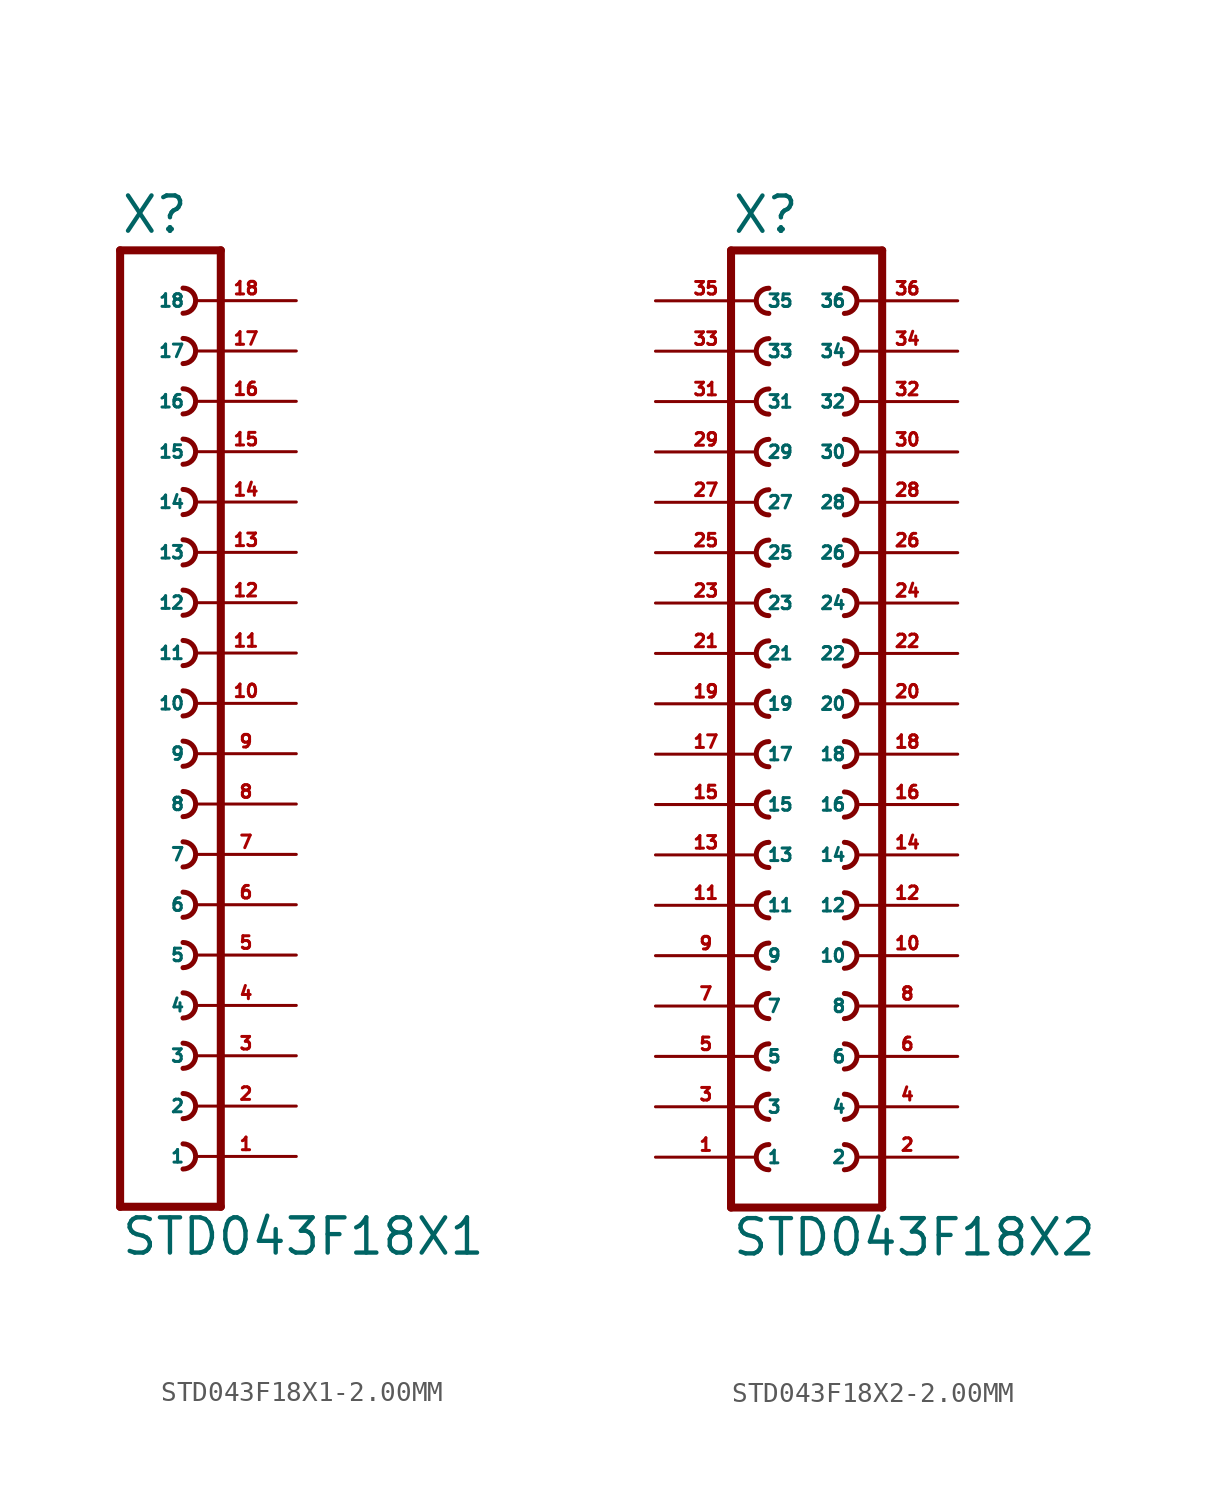
<source format=kicad_sym>
(kicad_symbol_lib
  (version 20220914)
  (generator Eagle2Kicad)
  (symbol "STD043F18X1-2.00MM"
    (property "Reference" "X"
      (at -1.27 23.622 0)
      (effects (font (size 1.778 1.778) (thickness 0.22)) (justify left bottom)))
    (property "Value" "STD043F18X1"
      (at -1.27 -27.94 0)
      (effects (font (size 1.778 1.778) (thickness 0.22)) (justify left bottom)))
    (polyline
      (pts (xy 3.81 -25.4) (xy -1.27 -25.4))
      (stroke (width 0.406) (type default))
      (fill (type none)))
    (arc
      (start 1.905 -20.955)
      (mid 2.540 -20.320)
      (end 1.905 -19.685)
      (stroke (width 0.254) (type default))
      (fill (type none)))
    (arc
      (start 1.905 -23.495)
      (mid 2.540 -22.860)
      (end 1.905 -22.225)
      (stroke (width 0.254) (type default))
      (fill (type none)))
    (arc
      (start 1.905 -15.875)
      (mid 2.540 -15.240)
      (end 1.905 -14.605)
      (stroke (width 0.254) (type default))
      (fill (type none)))
    (arc
      (start 1.905 -18.415)
      (mid 2.540 -17.780)
      (end 1.905 -17.145)
      (stroke (width 0.254) (type default))
      (fill (type none)))
    (arc
      (start 1.905 -8.255)
      (mid 2.540 -7.620)
      (end 1.905 -6.985)
      (stroke (width 0.254) (type default))
      (fill (type none)))
    (arc
      (start 1.905 -10.795)
      (mid 2.540 -10.160)
      (end 1.905 -9.525)
      (stroke (width 0.254) (type default))
      (fill (type none)))
    (arc
      (start 1.905 -13.335)
      (mid 2.540 -12.700)
      (end 1.905 -12.065)
      (stroke (width 0.254) (type default))
      (fill (type none)))
    (arc
      (start 1.905 -3.175)
      (mid 2.540 -2.540)
      (end 1.905 -1.905)
      (stroke (width 0.254) (type default))
      (fill (type none)))
    (arc
      (start 1.905 -5.715)
      (mid 2.540 -5.080)
      (end 1.905 -4.445)
      (stroke (width 0.254) (type default))
      (fill (type none)))
    (arc
      (start 1.905 4.445)
      (mid 2.540 5.080)
      (end 1.905 5.715)
      (stroke (width 0.254) (type default))
      (fill (type none)))
    (arc
      (start 1.905 1.905)
      (mid 2.540 2.540)
      (end 1.905 3.175)
      (stroke (width 0.254) (type default))
      (fill (type none)))
    (arc
      (start 1.905 -0.635)
      (mid 2.540 0.000)
      (end 1.905 0.635)
      (stroke (width 0.254) (type default))
      (fill (type none)))
    (arc
      (start 1.905 9.525)
      (mid 2.540 10.160)
      (end 1.905 10.795)
      (stroke (width 0.254) (type default))
      (fill (type none)))
    (arc
      (start 1.905 6.985)
      (mid 2.540 7.620)
      (end 1.905 8.255)
      (stroke (width 0.254) (type default))
      (fill (type none)))
    (arc
      (start 1.905 17.145)
      (mid 2.540 17.780)
      (end 1.905 18.415)
      (stroke (width 0.254) (type default))
      (fill (type none)))
    (arc
      (start 1.905 14.605)
      (mid 2.540 15.240)
      (end 1.905 15.875)
      (stroke (width 0.254) (type default))
      (fill (type none)))
    (arc
      (start 1.905 12.065)
      (mid 2.540 12.700)
      (end 1.905 13.335)
      (stroke (width 0.254) (type default))
      (fill (type none)))
    (polyline
      (pts (xy -1.27 22.86) (xy -1.27 -25.4))
      (stroke (width 0.406) (type default))
      (fill (type none)))
    (polyline
      (pts (xy 3.81 -25.4) (xy 3.81 22.86))
      (stroke (width 0.406) (type default))
      (fill (type none)))
    (polyline
      (pts (xy -1.27 22.86) (xy 3.81 22.86))
      (stroke (width 0.406) (type default))
      (fill (type none)))
    (arc
      (start 1.905 19.685)
      (mid 2.540 20.320)
      (end 1.905 20.955)
      (stroke (width 0.254) (type default))
      (fill (type none)))
    (pin passive line
      (at 7.62 -22.86 180)
      (length 5.08)
      (name "1" (effects (font (size 0.635 0.635) (thickness 0.08)) (justify left bottom)))
      (number "1" (effects (font (size 0.635 0.635) (thickness 0.08)) (justify left bottom))))
    (pin passive line
      (at 7.62 -20.32 180)
      (length 5.08)
      (name "2" (effects (font (size 0.635 0.635) (thickness 0.08)) (justify left bottom)))
      (number "2" (effects (font (size 0.635 0.635) (thickness 0.08)) (justify left bottom))))
    (pin passive line
      (at 7.62 -17.78 180)
      (length 5.08)
      (name "3" (effects (font (size 0.635 0.635) (thickness 0.08)) (justify left bottom)))
      (number "3" (effects (font (size 0.635 0.635) (thickness 0.08)) (justify left bottom))))
    (pin passive line
      (at 7.62 -15.24 180)
      (length 5.08)
      (name "4" (effects (font (size 0.635 0.635) (thickness 0.08)) (justify left bottom)))
      (number "4" (effects (font (size 0.635 0.635) (thickness 0.08)) (justify left bottom))))
    (pin passive line
      (at 7.62 -12.7 180)
      (length 5.08)
      (name "5" (effects (font (size 0.635 0.635) (thickness 0.08)) (justify left bottom)))
      (number "5" (effects (font (size 0.635 0.635) (thickness 0.08)) (justify left bottom))))
    (pin passive line
      (at 7.62 -10.16 180)
      (length 5.08)
      (name "6" (effects (font (size 0.635 0.635) (thickness 0.08)) (justify left bottom)))
      (number "6" (effects (font (size 0.635 0.635) (thickness 0.08)) (justify left bottom))))
    (pin passive line
      (at 7.62 -7.62 180)
      (length 5.08)
      (name "7" (effects (font (size 0.635 0.635) (thickness 0.08)) (justify left bottom)))
      (number "7" (effects (font (size 0.635 0.635) (thickness 0.08)) (justify left bottom))))
    (pin passive line
      (at 7.62 -5.08 180)
      (length 5.08)
      (name "8" (effects (font (size 0.635 0.635) (thickness 0.08)) (justify left bottom)))
      (number "8" (effects (font (size 0.635 0.635) (thickness 0.08)) (justify left bottom))))
    (pin passive line
      (at 7.62 -2.54 180)
      (length 5.08)
      (name "9" (effects (font (size 0.635 0.635) (thickness 0.08)) (justify left bottom)))
      (number "9" (effects (font (size 0.635 0.635) (thickness 0.08)) (justify left bottom))))
    (pin passive line
      (at 7.62 0 180)
      (length 5.08)
      (name "10" (effects (font (size 0.635 0.635) (thickness 0.08)) (justify left bottom)))
      (number "10" (effects (font (size 0.635 0.635) (thickness 0.08)) (justify left bottom))))
    (pin passive line
      (at 7.62 2.54 180)
      (length 5.08)
      (name "11" (effects (font (size 0.635 0.635) (thickness 0.08)) (justify left bottom)))
      (number "11" (effects (font (size 0.635 0.635) (thickness 0.08)) (justify left bottom))))
    (pin passive line
      (at 7.62 5.08 180)
      (length 5.08)
      (name "12" (effects (font (size 0.635 0.635) (thickness 0.08)) (justify left bottom)))
      (number "12" (effects (font (size 0.635 0.635) (thickness 0.08)) (justify left bottom))))
    (pin passive line
      (at 7.62 7.62 180)
      (length 5.08)
      (name "13" (effects (font (size 0.635 0.635) (thickness 0.08)) (justify left bottom)))
      (number "13" (effects (font (size 0.635 0.635) (thickness 0.08)) (justify left bottom))))
    (pin passive line
      (at 7.62 10.16 180)
      (length 5.08)
      (name "14" (effects (font (size 0.635 0.635) (thickness 0.08)) (justify left bottom)))
      (number "14" (effects (font (size 0.635 0.635) (thickness 0.08)) (justify left bottom))))
    (pin passive line
      (at 7.62 12.7 180)
      (length 5.08)
      (name "15" (effects (font (size 0.635 0.635) (thickness 0.08)) (justify left bottom)))
      (number "15" (effects (font (size 0.635 0.635) (thickness 0.08)) (justify left bottom))))
    (pin passive line
      (at 7.62 15.24 180)
      (length 5.08)
      (name "16" (effects (font (size 0.635 0.635) (thickness 0.08)) (justify left bottom)))
      (number "16" (effects (font (size 0.635 0.635) (thickness 0.08)) (justify left bottom))))
    (pin passive line
      (at 7.62 17.78 180)
      (length 5.08)
      (name "17" (effects (font (size 0.635 0.635) (thickness 0.08)) (justify left bottom)))
      (number "17" (effects (font (size 0.635 0.635) (thickness 0.08)) (justify left bottom))))
    (pin passive line
      (at 7.62 20.32 180)
      (length 5.08)
      (name "18" (effects (font (size 0.635 0.635) (thickness 0.08)) (justify left bottom)))
      (number "18" (effects (font (size 0.635 0.635) (thickness 0.08)) (justify left bottom)))))
  (symbol "STD043F18X2-2.00MM"
    (property "Reference" "X"
      (at -3.81 23.622 0)
      (effects (font (size 1.778 1.778) (thickness 0.22)) (justify left bottom)))
    (property "Value" "STD043F18X2"
      (at -3.81 -27.94 0)
      (effects (font (size 1.778 1.778) (thickness 0.22)) (justify left bottom)))
    (polyline
      (pts (xy 3.81 -25.4) (xy -3.81 -25.4))
      (stroke (width 0.406) (type default))
      (fill (type none)))
    (arc
      (start -1.905 -17.145)
      (mid -2.540 -17.780)
      (end -1.905 -18.415)
      (stroke (width 0.254) (type default))
      (fill (type none)))
    (arc
      (start -1.905 -19.685)
      (mid -2.540 -20.320)
      (end -1.905 -20.955)
      (stroke (width 0.254) (type default))
      (fill (type none)))
    (arc
      (start -1.905 -22.225)
      (mid -2.540 -22.860)
      (end -1.905 -23.495)
      (stroke (width 0.254) (type default))
      (fill (type none)))
    (arc
      (start 1.905 -18.415)
      (mid 2.540 -17.780)
      (end 1.905 -17.145)
      (stroke (width 0.254) (type default))
      (fill (type none)))
    (arc
      (start 1.905 -20.955)
      (mid 2.540 -20.320)
      (end 1.905 -19.685)
      (stroke (width 0.254) (type default))
      (fill (type none)))
    (arc
      (start 1.905 -23.495)
      (mid 2.540 -22.860)
      (end 1.905 -22.225)
      (stroke (width 0.254) (type default))
      (fill (type none)))
    (arc
      (start -1.905 -12.065)
      (mid -2.540 -12.700)
      (end -1.905 -13.335)
      (stroke (width 0.254) (type default))
      (fill (type none)))
    (arc
      (start -1.905 -14.605)
      (mid -2.540 -15.240)
      (end -1.905 -15.875)
      (stroke (width 0.254) (type default))
      (fill (type none)))
    (arc
      (start 1.905 -13.335)
      (mid 2.540 -12.700)
      (end 1.905 -12.065)
      (stroke (width 0.254) (type default))
      (fill (type none)))
    (arc
      (start 1.905 -15.875)
      (mid 2.540 -15.240)
      (end 1.905 -14.605)
      (stroke (width 0.254) (type default))
      (fill (type none)))
    (arc
      (start -1.905 -4.445)
      (mid -2.540 -5.080)
      (end -1.905 -5.715)
      (stroke (width 0.254) (type default))
      (fill (type none)))
    (arc
      (start -1.905 -6.985)
      (mid -2.540 -7.620)
      (end -1.905 -8.255)
      (stroke (width 0.254) (type default))
      (fill (type none)))
    (arc
      (start -1.905 -9.525)
      (mid -2.540 -10.160)
      (end -1.905 -10.795)
      (stroke (width 0.254) (type default))
      (fill (type none)))
    (arc
      (start 1.905 -5.715)
      (mid 2.540 -5.080)
      (end 1.905 -4.445)
      (stroke (width 0.254) (type default))
      (fill (type none)))
    (arc
      (start 1.905 -8.255)
      (mid 2.540 -7.620)
      (end 1.905 -6.985)
      (stroke (width 0.254) (type default))
      (fill (type none)))
    (arc
      (start 1.905 -10.795)
      (mid 2.540 -10.160)
      (end 1.905 -9.525)
      (stroke (width 0.254) (type default))
      (fill (type none)))
    (arc
      (start -1.905 0.635)
      (mid -2.540 0.000)
      (end -1.905 -0.635)
      (stroke (width 0.254) (type default))
      (fill (type none)))
    (arc
      (start -1.905 -1.905)
      (mid -2.540 -2.540)
      (end -1.905 -3.175)
      (stroke (width 0.254) (type default))
      (fill (type none)))
    (arc
      (start 1.905 -0.635)
      (mid 2.540 0.000)
      (end 1.905 0.635)
      (stroke (width 0.254) (type default))
      (fill (type none)))
    (arc
      (start 1.905 -3.175)
      (mid 2.540 -2.540)
      (end 1.905 -1.905)
      (stroke (width 0.254) (type default))
      (fill (type none)))
    (arc
      (start -1.905 8.255)
      (mid -2.540 7.620)
      (end -1.905 6.985)
      (stroke (width 0.254) (type default))
      (fill (type none)))
    (arc
      (start -1.905 5.715)
      (mid -2.540 5.080)
      (end -1.905 4.445)
      (stroke (width 0.254) (type default))
      (fill (type none)))
    (arc
      (start -1.905 3.175)
      (mid -2.540 2.540)
      (end -1.905 1.905)
      (stroke (width 0.254) (type default))
      (fill (type none)))
    (arc
      (start 1.905 6.985)
      (mid 2.540 7.620)
      (end 1.905 8.255)
      (stroke (width 0.254) (type default))
      (fill (type none)))
    (arc
      (start 1.905 4.445)
      (mid 2.540 5.080)
      (end 1.905 5.715)
      (stroke (width 0.254) (type default))
      (fill (type none)))
    (arc
      (start 1.905 1.905)
      (mid 2.540 2.540)
      (end 1.905 3.175)
      (stroke (width 0.254) (type default))
      (fill (type none)))
    (arc
      (start -1.905 13.335)
      (mid -2.540 12.700)
      (end -1.905 12.065)
      (stroke (width 0.254) (type default))
      (fill (type none)))
    (arc
      (start -1.905 10.795)
      (mid -2.540 10.160)
      (end -1.905 9.525)
      (stroke (width 0.254) (type default))
      (fill (type none)))
    (arc
      (start 1.905 12.065)
      (mid 2.540 12.700)
      (end 1.905 13.335)
      (stroke (width 0.254) (type default))
      (fill (type none)))
    (arc
      (start 1.905 9.525)
      (mid 2.540 10.160)
      (end 1.905 10.795)
      (stroke (width 0.254) (type default))
      (fill (type none)))
    (arc
      (start -1.905 18.415)
      (mid -2.540 17.780)
      (end -1.905 17.145)
      (stroke (width 0.254) (type default))
      (fill (type none)))
    (arc
      (start -1.905 15.875)
      (mid -2.540 15.240)
      (end -1.905 14.605)
      (stroke (width 0.254) (type default))
      (fill (type none)))
    (arc
      (start 1.905 17.145)
      (mid 2.540 17.780)
      (end 1.905 18.415)
      (stroke (width 0.254) (type default))
      (fill (type none)))
    (arc
      (start 1.905 14.605)
      (mid 2.540 15.240)
      (end 1.905 15.875)
      (stroke (width 0.254) (type default))
      (fill (type none)))
    (polyline
      (pts (xy -3.81 22.86) (xy -3.81 -25.4))
      (stroke (width 0.406) (type default))
      (fill (type none)))
    (polyline
      (pts (xy 3.81 -25.4) (xy 3.81 22.86))
      (stroke (width 0.406) (type default))
      (fill (type none)))
    (polyline
      (pts (xy -3.81 22.86) (xy 3.81 22.86))
      (stroke (width 0.406) (type default))
      (fill (type none)))
    (arc
      (start -1.905 20.955)
      (mid -2.540 20.320)
      (end -1.905 19.685)
      (stroke (width 0.254) (type default))
      (fill (type none)))
    (arc
      (start 1.905 19.685)
      (mid 2.540 20.320)
      (end 1.905 20.955)
      (stroke (width 0.254) (type default))
      (fill (type none)))
    (pin passive line
      (at -7.62 -22.86 0)
      (length 5.08)
      (name "1" (effects (font (size 0.635 0.635) (thickness 0.08)) (justify left bottom)))
      (number "1" (effects (font (size 0.635 0.635) (thickness 0.08)) (justify left bottom))))
    (pin passive line
      (at 7.62 -22.86 180)
      (length 5.08)
      (name "2" (effects (font (size 0.635 0.635) (thickness 0.08)) (justify left bottom)))
      (number "2" (effects (font (size 0.635 0.635) (thickness 0.08)) (justify left bottom))))
    (pin passive line
      (at -7.62 -20.32 0)
      (length 5.08)
      (name "3" (effects (font (size 0.635 0.635) (thickness 0.08)) (justify left bottom)))
      (number "3" (effects (font (size 0.635 0.635) (thickness 0.08)) (justify left bottom))))
    (pin passive line
      (at 7.62 -20.32 180)
      (length 5.08)
      (name "4" (effects (font (size 0.635 0.635) (thickness 0.08)) (justify left bottom)))
      (number "4" (effects (font (size 0.635 0.635) (thickness 0.08)) (justify left bottom))))
    (pin passive line
      (at -7.62 -17.78 0)
      (length 5.08)
      (name "5" (effects (font (size 0.635 0.635) (thickness 0.08)) (justify left bottom)))
      (number "5" (effects (font (size 0.635 0.635) (thickness 0.08)) (justify left bottom))))
    (pin passive line
      (at 7.62 -17.78 180)
      (length 5.08)
      (name "6" (effects (font (size 0.635 0.635) (thickness 0.08)) (justify left bottom)))
      (number "6" (effects (font (size 0.635 0.635) (thickness 0.08)) (justify left bottom))))
    (pin passive line
      (at -7.62 -15.24 0)
      (length 5.08)
      (name "7" (effects (font (size 0.635 0.635) (thickness 0.08)) (justify left bottom)))
      (number "7" (effects (font (size 0.635 0.635) (thickness 0.08)) (justify left bottom))))
    (pin passive line
      (at 7.62 -15.24 180)
      (length 5.08)
      (name "8" (effects (font (size 0.635 0.635) (thickness 0.08)) (justify left bottom)))
      (number "8" (effects (font (size 0.635 0.635) (thickness 0.08)) (justify left bottom))))
    (pin passive line
      (at -7.62 -12.7 0)
      (length 5.08)
      (name "9" (effects (font (size 0.635 0.635) (thickness 0.08)) (justify left bottom)))
      (number "9" (effects (font (size 0.635 0.635) (thickness 0.08)) (justify left bottom))))
    (pin passive line
      (at 7.62 -12.7 180)
      (length 5.08)
      (name "10" (effects (font (size 0.635 0.635) (thickness 0.08)) (justify left bottom)))
      (number "10" (effects (font (size 0.635 0.635) (thickness 0.08)) (justify left bottom))))
    (pin passive line
      (at -7.62 -10.16 0)
      (length 5.08)
      (name "11" (effects (font (size 0.635 0.635) (thickness 0.08)) (justify left bottom)))
      (number "11" (effects (font (size 0.635 0.635) (thickness 0.08)) (justify left bottom))))
    (pin passive line
      (at 7.62 -10.16 180)
      (length 5.08)
      (name "12" (effects (font (size 0.635 0.635) (thickness 0.08)) (justify left bottom)))
      (number "12" (effects (font (size 0.635 0.635) (thickness 0.08)) (justify left bottom))))
    (pin passive line
      (at -7.62 -7.62 0)
      (length 5.08)
      (name "13" (effects (font (size 0.635 0.635) (thickness 0.08)) (justify left bottom)))
      (number "13" (effects (font (size 0.635 0.635) (thickness 0.08)) (justify left bottom))))
    (pin passive line
      (at 7.62 -7.62 180)
      (length 5.08)
      (name "14" (effects (font (size 0.635 0.635) (thickness 0.08)) (justify left bottom)))
      (number "14" (effects (font (size 0.635 0.635) (thickness 0.08)) (justify left bottom))))
    (pin passive line
      (at -7.62 -5.08 0)
      (length 5.08)
      (name "15" (effects (font (size 0.635 0.635) (thickness 0.08)) (justify left bottom)))
      (number "15" (effects (font (size 0.635 0.635) (thickness 0.08)) (justify left bottom))))
    (pin passive line
      (at 7.62 -5.08 180)
      (length 5.08)
      (name "16" (effects (font (size 0.635 0.635) (thickness 0.08)) (justify left bottom)))
      (number "16" (effects (font (size 0.635 0.635) (thickness 0.08)) (justify left bottom))))
    (pin passive line
      (at -7.62 -2.54 0)
      (length 5.08)
      (name "17" (effects (font (size 0.635 0.635) (thickness 0.08)) (justify left bottom)))
      (number "17" (effects (font (size 0.635 0.635) (thickness 0.08)) (justify left bottom))))
    (pin passive line
      (at 7.62 -2.54 180)
      (length 5.08)
      (name "18" (effects (font (size 0.635 0.635) (thickness 0.08)) (justify left bottom)))
      (number "18" (effects (font (size 0.635 0.635) (thickness 0.08)) (justify left bottom))))
    (pin passive line
      (at -7.62 0 0)
      (length 5.08)
      (name "19" (effects (font (size 0.635 0.635) (thickness 0.08)) (justify left bottom)))
      (number "19" (effects (font (size 0.635 0.635) (thickness 0.08)) (justify left bottom))))
    (pin passive line
      (at 7.62 0 180)
      (length 5.08)
      (name "20" (effects (font (size 0.635 0.635) (thickness 0.08)) (justify left bottom)))
      (number "20" (effects (font (size 0.635 0.635) (thickness 0.08)) (justify left bottom))))
    (pin passive line
      (at -7.62 2.54 0)
      (length 5.08)
      (name "21" (effects (font (size 0.635 0.635) (thickness 0.08)) (justify left bottom)))
      (number "21" (effects (font (size 0.635 0.635) (thickness 0.08)) (justify left bottom))))
    (pin passive line
      (at 7.62 2.54 180)
      (length 5.08)
      (name "22" (effects (font (size 0.635 0.635) (thickness 0.08)) (justify left bottom)))
      (number "22" (effects (font (size 0.635 0.635) (thickness 0.08)) (justify left bottom))))
    (pin passive line
      (at -7.62 5.08 0)
      (length 5.08)
      (name "23" (effects (font (size 0.635 0.635) (thickness 0.08)) (justify left bottom)))
      (number "23" (effects (font (size 0.635 0.635) (thickness 0.08)) (justify left bottom))))
    (pin passive line
      (at 7.62 5.08 180)
      (length 5.08)
      (name "24" (effects (font (size 0.635 0.635) (thickness 0.08)) (justify left bottom)))
      (number "24" (effects (font (size 0.635 0.635) (thickness 0.08)) (justify left bottom))))
    (pin passive line
      (at -7.62 7.62 0)
      (length 5.08)
      (name "25" (effects (font (size 0.635 0.635) (thickness 0.08)) (justify left bottom)))
      (number "25" (effects (font (size 0.635 0.635) (thickness 0.08)) (justify left bottom))))
    (pin passive line
      (at 7.62 7.62 180)
      (length 5.08)
      (name "26" (effects (font (size 0.635 0.635) (thickness 0.08)) (justify left bottom)))
      (number "26" (effects (font (size 0.635 0.635) (thickness 0.08)) (justify left bottom))))
    (pin passive line
      (at -7.62 10.16 0)
      (length 5.08)
      (name "27" (effects (font (size 0.635 0.635) (thickness 0.08)) (justify left bottom)))
      (number "27" (effects (font (size 0.635 0.635) (thickness 0.08)) (justify left bottom))))
    (pin passive line
      (at 7.62 10.16 180)
      (length 5.08)
      (name "28" (effects (font (size 0.635 0.635) (thickness 0.08)) (justify left bottom)))
      (number "28" (effects (font (size 0.635 0.635) (thickness 0.08)) (justify left bottom))))
    (pin passive line
      (at -7.62 12.7 0)
      (length 5.08)
      (name "29" (effects (font (size 0.635 0.635) (thickness 0.08)) (justify left bottom)))
      (number "29" (effects (font (size 0.635 0.635) (thickness 0.08)) (justify left bottom))))
    (pin passive line
      (at 7.62 12.7 180)
      (length 5.08)
      (name "30" (effects (font (size 0.635 0.635) (thickness 0.08)) (justify left bottom)))
      (number "30" (effects (font (size 0.635 0.635) (thickness 0.08)) (justify left bottom))))
    (pin passive line
      (at -7.62 15.24 0)
      (length 5.08)
      (name "31" (effects (font (size 0.635 0.635) (thickness 0.08)) (justify left bottom)))
      (number "31" (effects (font (size 0.635 0.635) (thickness 0.08)) (justify left bottom))))
    (pin passive line
      (at 7.62 15.24 180)
      (length 5.08)
      (name "32" (effects (font (size 0.635 0.635) (thickness 0.08)) (justify left bottom)))
      (number "32" (effects (font (size 0.635 0.635) (thickness 0.08)) (justify left bottom))))
    (pin passive line
      (at -7.62 17.78 0)
      (length 5.08)
      (name "33" (effects (font (size 0.635 0.635) (thickness 0.08)) (justify left bottom)))
      (number "33" (effects (font (size 0.635 0.635) (thickness 0.08)) (justify left bottom))))
    (pin passive line
      (at 7.62 17.78 180)
      (length 5.08)
      (name "34" (effects (font (size 0.635 0.635) (thickness 0.08)) (justify left bottom)))
      (number "34" (effects (font (size 0.635 0.635) (thickness 0.08)) (justify left bottom))))
    (pin passive line
      (at -7.62 20.32 0)
      (length 5.08)
      (name "35" (effects (font (size 0.635 0.635) (thickness 0.08)) (justify left bottom)))
      (number "35" (effects (font (size 0.635 0.635) (thickness 0.08)) (justify left bottom))))
    (pin passive line
      (at 7.62 20.32 180)
      (length 5.08)
      (name "36" (effects (font (size 0.635 0.635) (thickness 0.08)) (justify left bottom)))
      (number "36" (effects (font (size 0.635 0.635) (thickness 0.08)) (justify left bottom))))))
</source>
